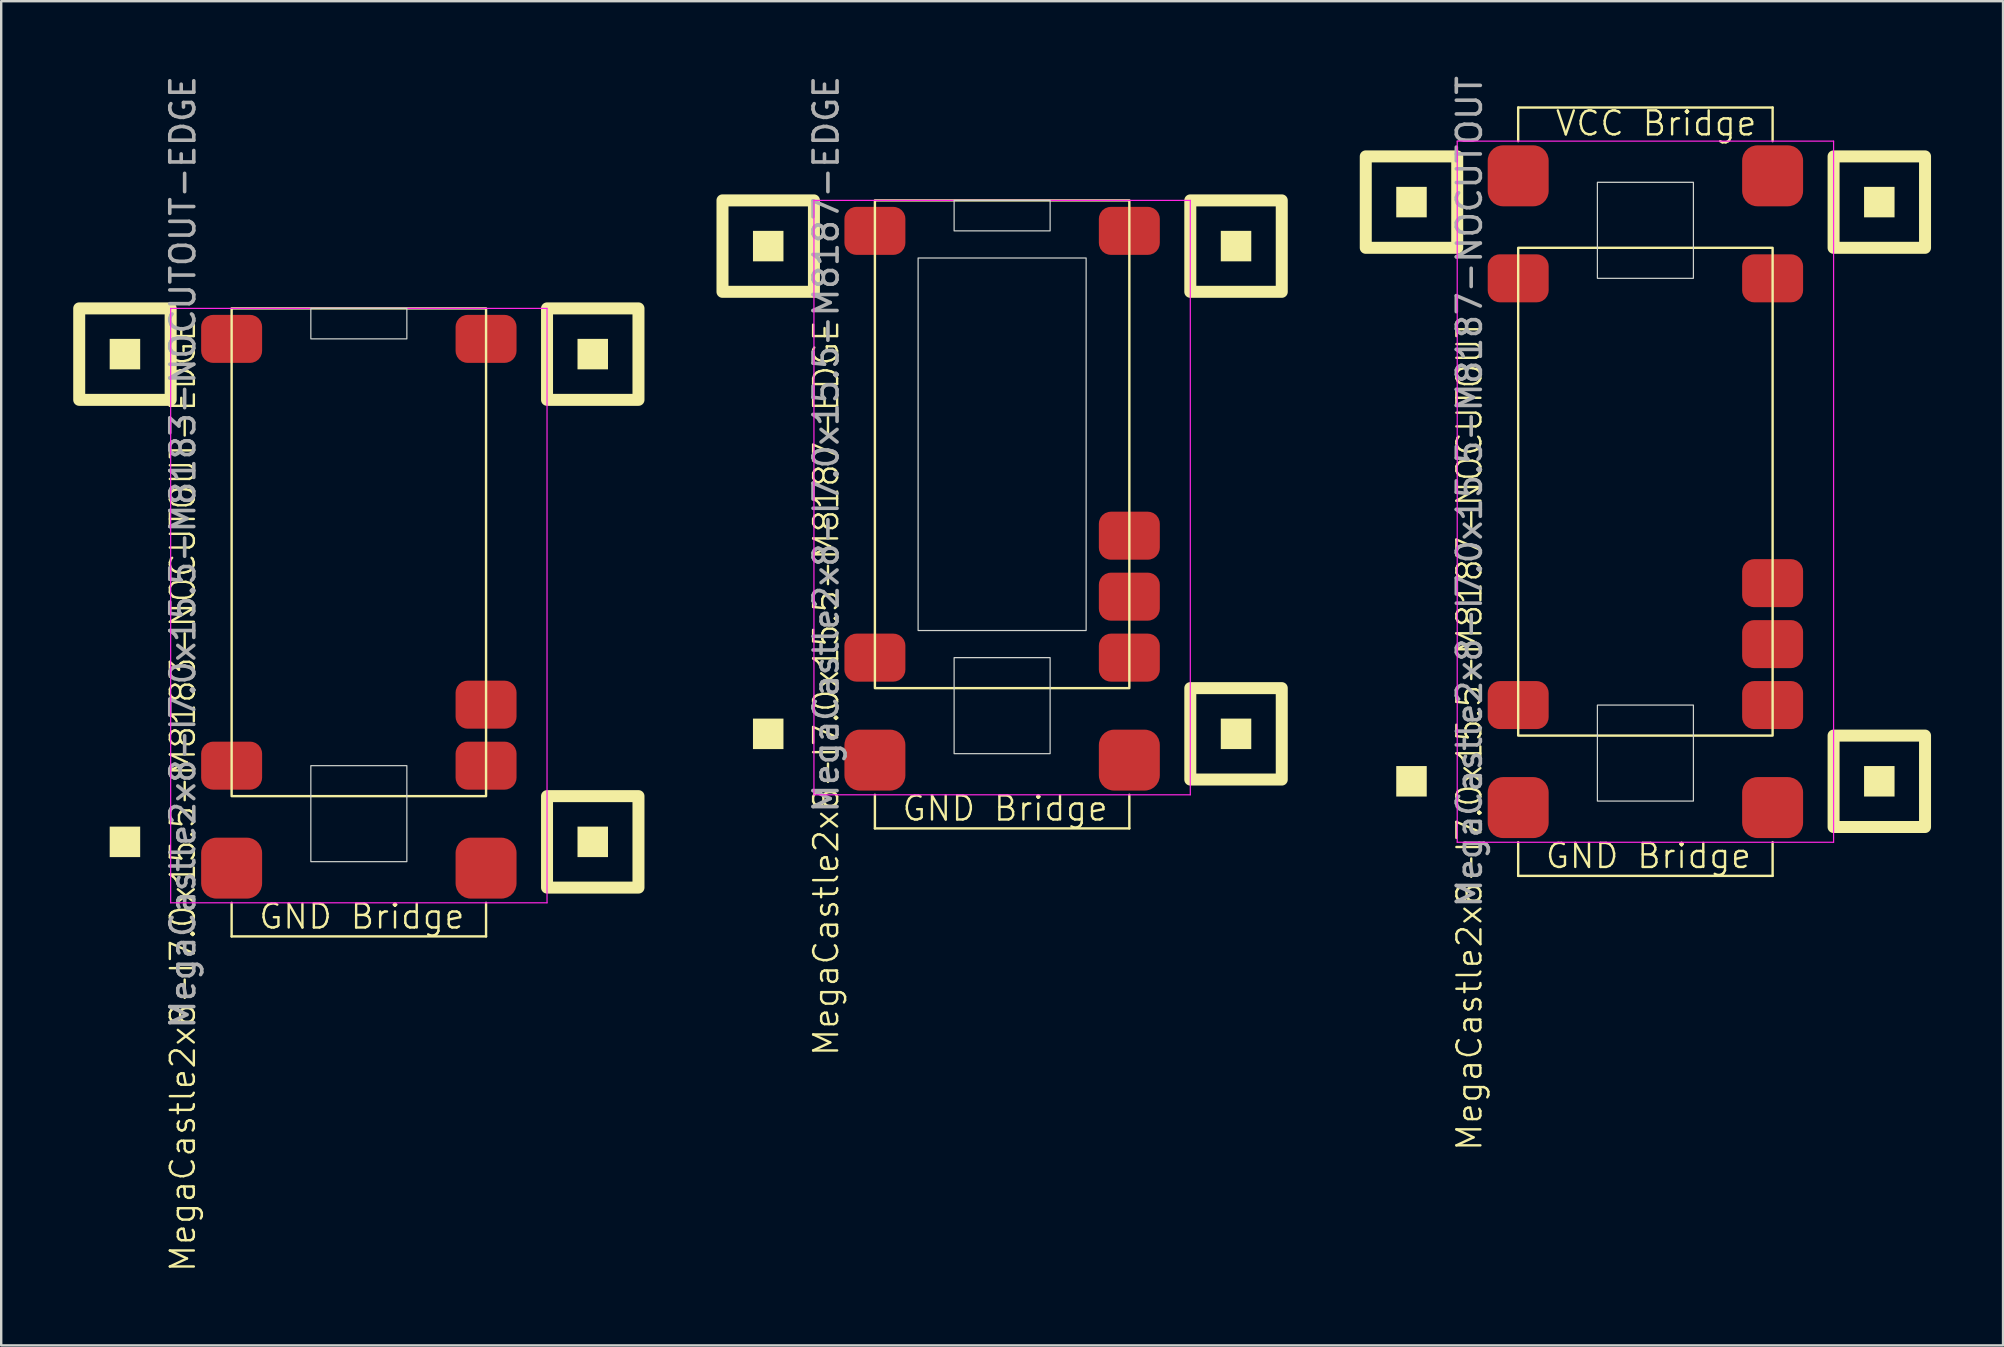
<source format=kicad_pcb>
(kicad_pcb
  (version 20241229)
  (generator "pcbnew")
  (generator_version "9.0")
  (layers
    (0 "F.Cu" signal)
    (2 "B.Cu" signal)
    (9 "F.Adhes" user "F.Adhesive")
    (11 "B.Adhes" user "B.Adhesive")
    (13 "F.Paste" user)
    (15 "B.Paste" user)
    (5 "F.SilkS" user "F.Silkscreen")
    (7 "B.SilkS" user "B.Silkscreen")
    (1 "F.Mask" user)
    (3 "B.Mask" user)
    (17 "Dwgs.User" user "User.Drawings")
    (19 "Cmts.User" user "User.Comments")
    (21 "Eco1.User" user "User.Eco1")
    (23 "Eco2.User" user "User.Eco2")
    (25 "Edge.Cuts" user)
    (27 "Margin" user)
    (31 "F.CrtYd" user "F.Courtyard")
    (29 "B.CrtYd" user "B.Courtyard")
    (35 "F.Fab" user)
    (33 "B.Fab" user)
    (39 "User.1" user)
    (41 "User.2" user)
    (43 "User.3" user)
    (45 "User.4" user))
  (footprint "MegaCastle2x8-I7.0x15.5-M8183-NOCUTOUT-EDGE"
    (layer "F.Cu")
    (at 11.9 19.958)
    (property "Reference" "MegaCastle2x8-I7.0x15.5-M8183-NOCUTOUT-EDGE" (at -7.332 10.16 90) (unlocked yes) (layer "F.SilkS") (effects (font (size 1 1) (thickness 0.1))))
    (attr smd)
    (fp_line (start -5.3 14.605) (end -5.3 16.005) (stroke (width 0.1) (type default)) (layer "F.SilkS"))
    (fp_line (start -5.3 16.005) (end 5.3 16.005) (stroke (width 0.1) (type default)) (layer "F.SilkS"))
    (fp_line (start 5.3 14.605) (end 5.3 16.005) (stroke (width 0.1) (type default)) (layer "F.SilkS"))
    (fp_rect (start -9.11 -7.62) (end -10.38 -8.89) (stroke (width 0) (type solid)) (fill yes) (layer "F.SilkS"))
    (fp_rect (start -9.11 12.7) (end -10.38 11.43) (stroke (width 0) (type solid)) (fill yes) (layer "F.SilkS"))
    (fp_rect (start -7.84 -6.35) (end -11.65 -10.16) (stroke (width 0.5) (type default)) (fill no) (layer "F.SilkS"))
    (fp_rect (start -5.3 -10.16) (end 5.3 10.16) (stroke (width 0.1) (type default)) (fill no) (layer "F.SilkS"))
    (fp_rect (start 10.38 -7.62) (end 9.11 -8.89) (stroke (width 0) (type solid)) (fill yes) (layer "F.SilkS"))
    (fp_rect (start 10.38 12.7) (end 9.11 11.43) (stroke (width 0) (type solid)) (fill yes) (layer "F.SilkS"))
    (fp_rect (start 11.65 -6.35) (end 7.84 -10.16) (stroke (width 0.5) (type default)) (fill no) (layer "F.SilkS"))
    (fp_rect (start 11.65 13.97) (end 7.84 10.16) (stroke (width 0.5) (type default)) (fill no) (layer "F.SilkS"))
    (fp_rect (start -2 -8.89) (end 2 -10.16) (stroke (width 0.05) (type default)) (fill no) (layer "Edge.Cuts"))
    (fp_rect (start -2 8.89) (end 2 12.89) (stroke (width 0.05) (type default)) (fill no) (layer "Edge.Cuts"))
    (fp_line (start -7.84 -10.16) (end -7.84 14.605) (stroke (width 0.05) (type default)) (layer "F.CrtYd"))
    (fp_line (start -7.84 14.605) (end 7.84 14.605) (stroke (width 0.05) (type default)) (layer "F.CrtYd"))
    (fp_line (start 7.84 -10.16) (end -7.84 -10.16) (stroke (width 0.05) (type default)) (layer "F.CrtYd"))
    (fp_line (start 7.84 -10.16) (end 7.84 14.605) (stroke (width 0.05) (type default)) (layer "F.CrtYd"))
    (fp_text user "GND Bridge" (at -4.226 15.76 0) (unlocked yes) (layer "F.SilkS") (effects (font (size 1 1) (thickness 0.1)) (justify left bottom)))
    (fp_text user "${REFERENCE}" (at -7.332 0 90) (unlocked yes) (layer "F.Fab") (effects (font (size 1 1) (thickness 0.15))))
    (pad "1" smd roundrect (at -5.3 -8.89) (size 2.54 2) (layers "F.Cu" "F.Mask" "F.Paste") (roundrect_rratio 0.25))
    (pad "8" smd roundrect (at -5.3 8.89) (size 2.54 2) (layers "F.Cu" "F.Mask" "F.Paste") (roundrect_rratio 0.25))
    (pad "9" smd roundrect (at 5.3 -8.89) (size 2.54 2) (layers "F.Cu" "F.Mask" "F.Paste") (roundrect_rratio 0.25))
    (pad "15" smd roundrect (at 5.3 6.35) (size 2.54 2) (layers "F.Cu" "F.Mask" "F.Paste") (roundrect_rratio 0.25))
    (pad "16" smd roundrect (at 5.3 8.89) (size 2.54 2) (layers "F.Cu" "F.Mask" "F.Paste") (roundrect_rratio 0.25))
    (pad "B1" smd roundrect (at -5.3 13.16) (size 2.54 2.54) (layers "F.Cu" "F.Mask" "F.Paste") (roundrect_rratio 0.25))
    (pad "B2" smd roundrect (at 5.3 13.16) (size 2.54 2.54) (layers "F.Cu" "F.Mask" "F.Paste") (roundrect_rratio 0.25)))
  (footprint "MegaCastle2x8-I7.0x15.5-M8187-EDGE"
    (layer "F.Cu")
    (at 38.7 15.458)
    (property "Reference" "MegaCastle2x8-I7.0x15.5-M8187-EDGE" (at -7.332 10.16 90) (unlocked yes) (layer "F.SilkS") (effects (font (size 1 1) (thickness 0.1))))
    (attr smd)
    (fp_line (start -5.3 14.605) (end -5.3 16.005) (stroke (width 0.1) (type default)) (layer "F.SilkS"))
    (fp_line (start -5.3 16.005) (end 5.3 16.005) (stroke (width 0.1) (type default)) (layer "F.SilkS"))
    (fp_line (start 5.3 14.605) (end 5.3 16.005) (stroke (width 0.1) (type default)) (layer "F.SilkS"))
    (fp_rect (start -9.11 -7.62) (end -10.38 -8.89) (stroke (width 0) (type solid)) (fill yes) (layer "F.SilkS"))
    (fp_rect (start -9.11 12.7) (end -10.38 11.43) (stroke (width 0) (type solid)) (fill yes) (layer "F.SilkS"))
    (fp_rect (start -7.84 -6.35) (end -11.65 -10.16) (stroke (width 0.5) (type default)) (fill no) (layer "F.SilkS"))
    (fp_rect (start -5.3 -10.16) (end 5.3 10.16) (stroke (width 0.1) (type default)) (fill no) (layer "F.SilkS"))
    (fp_rect (start 10.38 -7.62) (end 9.11 -8.89) (stroke (width 0) (type solid)) (fill yes) (layer "F.SilkS"))
    (fp_rect (start 10.38 12.7) (end 9.11 11.43) (stroke (width 0) (type solid)) (fill yes) (layer "F.SilkS"))
    (fp_rect (start 11.65 -6.35) (end 7.84 -10.16) (stroke (width 0.5) (type default)) (fill no) (layer "F.SilkS"))
    (fp_rect (start 11.65 13.97) (end 7.84 10.16) (stroke (width 0.5) (type default)) (fill no) (layer "F.SilkS"))
    (fp_rect (start -3.5 -7.76) (end 3.5 7.76) (stroke (width 0.05) (type default)) (fill no) (layer "Edge.Cuts"))
    (fp_rect (start -2 -8.89) (end 2 -10.16) (stroke (width 0.05) (type default)) (fill no) (layer "Edge.Cuts"))
    (fp_rect (start -2 8.89) (end 2 12.89) (stroke (width 0.05) (type default)) (fill no) (layer "Edge.Cuts"))
    (fp_line (start -7.84 -10.16) (end -7.84 14.605) (stroke (width 0.05) (type default)) (layer "F.CrtYd"))
    (fp_line (start -7.84 14.605) (end 7.84 14.605) (stroke (width 0.05) (type default)) (layer "F.CrtYd"))
    (fp_line (start 7.84 -10.16) (end -7.84 -10.16) (stroke (width 0.05) (type default)) (layer "F.CrtYd"))
    (fp_line (start 7.84 -10.16) (end 7.84 14.605) (stroke (width 0.05) (type default)) (layer "F.CrtYd"))
    (fp_text user "GND Bridge" (at -4.226 15.76 0) (unlocked yes) (layer "F.SilkS") (effects (font (size 1 1) (thickness 0.1)) (justify left bottom)))
    (fp_text user "${REFERENCE}" (at -7.332 0 90) (unlocked yes) (layer "F.Fab") (effects (font (size 1 1) (thickness 0.15))))
    (pad "1" smd roundrect (at -5.3 -8.89) (size 2.54 2) (layers "F.Cu" "F.Mask" "F.Paste") (roundrect_rratio 0.25))
    (pad "8" smd roundrect (at -5.3 8.89) (size 2.54 2) (layers "F.Cu" "F.Mask" "F.Paste") (roundrect_rratio 0.25))
    (pad "9" smd roundrect (at 5.3 -8.89) (size 2.54 2) (layers "F.Cu" "F.Mask" "F.Paste") (roundrect_rratio 0.25))
    (pad "14" smd roundrect (at 5.3 3.81) (size 2.54 2) (layers "F.Cu" "F.Mask" "F.Paste") (roundrect_rratio 0.25))
    (pad "15" smd roundrect (at 5.3 6.35) (size 2.54 2) (layers "F.Cu" "F.Mask" "F.Paste") (roundrect_rratio 0.25))
    (pad "16" smd roundrect (at 5.3 8.89) (size 2.54 2) (layers "F.Cu" "F.Mask" "F.Paste") (roundrect_rratio 0.25))
    (pad "B1" smd roundrect (at -5.3 13.16) (size 2.54 2.54) (layers "F.Cu" "F.Mask" "F.Paste") (roundrect_rratio 0.25))
    (pad "B2" smd roundrect (at 5.3 13.16) (size 2.54 2.54) (layers "F.Cu" "F.Mask" "F.Paste") (roundrect_rratio 0.25)))
  (footprint "MegaCastle2x8-I7.0x15.5-M8187-NOCUTOUT"
    (layer "F.Cu")
    (at 65.5 17.435)
    (property "Reference" "MegaCastle2x8-I7.0x15.5-M8187-NOCUTOUT" (at -7.332 10.16 90) (unlocked yes) (layer "F.SilkS") (effects (font (size 1 1) (thickness 0.1))))
    (attr smd)
    (fp_line (start -5.3 -16.005) (end 5.3 -16.005) (stroke (width 0.1) (type default)) (layer "F.SilkS"))
    (fp_line (start -5.3 -14.605) (end -5.3 -16.005) (stroke (width 0.1) (type default)) (layer "F.SilkS"))
    (fp_line (start -5.3 14.605) (end -5.3 16.005) (stroke (width 0.1) (type default)) (layer "F.SilkS"))
    (fp_line (start -5.3 16.005) (end 5.3 16.005) (stroke (width 0.1) (type default)) (layer "F.SilkS"))
    (fp_line (start 5.3 -14.605) (end 5.3 -16.005) (stroke (width 0.1) (type default)) (layer "F.SilkS"))
    (fp_line (start 5.3 14.605) (end 5.3 16.005) (stroke (width 0.1) (type default)) (layer "F.SilkS"))
    (fp_rect (start -9.11 -11.43) (end -10.38 -12.7) (stroke (width 0) (type solid)) (fill yes) (layer "F.SilkS"))
    (fp_rect (start -9.11 12.7) (end -10.38 11.43) (stroke (width 0) (type solid)) (fill yes) (layer "F.SilkS"))
    (fp_rect (start -7.84 -10.16) (end -11.65 -13.97) (stroke (width 0.5) (type default)) (fill no) (layer "F.SilkS"))
    (fp_rect (start -5.3 -10.16) (end 5.3 10.16) (stroke (width 0.1) (type default)) (fill no) (layer "F.SilkS"))
    (fp_rect (start 10.38 -11.43) (end 9.11 -12.7) (stroke (width 0) (type solid)) (fill yes) (layer "F.SilkS"))
    (fp_rect (start 10.38 12.7) (end 9.11 11.43) (stroke (width 0) (type solid)) (fill yes) (layer "F.SilkS"))
    (fp_rect (start 11.65 -10.16) (end 7.84 -13.97) (stroke (width 0.5) (type default)) (fill no) (layer "F.SilkS"))
    (fp_rect (start 11.65 13.97) (end 7.84 10.16) (stroke (width 0.5) (type default)) (fill no) (layer "F.SilkS"))
    (fp_rect (start -2 -8.89) (end 2 -12.89) (stroke (width 0.05) (type default)) (fill no) (layer "Edge.Cuts"))
    (fp_rect (start -2 8.89) (end 2 12.89) (stroke (width 0.05) (type default)) (fill no) (layer "Edge.Cuts"))
    (fp_line (start -7.84 -14.605) (end -7.84 14.605) (stroke (width 0.05) (type default)) (layer "F.CrtYd"))
    (fp_line (start -7.84 14.605) (end 7.84 14.605) (stroke (width 0.05) (type default)) (layer "F.CrtYd"))
    (fp_line (start 7.84 -14.605) (end -7.84 -14.605) (stroke (width 0.05) (type default)) (layer "F.CrtYd"))
    (fp_line (start 7.84 -14.605) (end 7.84 14.605) (stroke (width 0.05) (type default)) (layer "F.CrtYd"))
    (fp_text user "GND Bridge" (at -4.226 15.76 0) (unlocked yes) (layer "F.SilkS") (effects (font (size 1 1) (thickness 0.1)) (justify left bottom)))
    (fp_text user "VCC Bridge" (at -3.81 -14.76 0) (unlocked yes) (layer "F.SilkS") (effects (font (size 1 1) (thickness 0.1)) (justify left bottom)))
    (fp_text user "${REFERENCE}" (at -7.332 0 90) (unlocked yes) (layer "F.Fab") (effects (font (size 1 1) (thickness 0.15))))
    (pad "1" smd roundrect (at -5.3 -8.89) (size 2.54 2) (layers "F.Cu" "F.Mask" "F.Paste") (roundrect_rratio 0.25))
    (pad "8" smd roundrect (at -5.3 8.89) (size 2.54 2) (layers "F.Cu" "F.Mask" "F.Paste") (roundrect_rratio 0.25))
    (pad "9" smd roundrect (at 5.3 -8.89) (size 2.54 2) (layers "F.Cu" "F.Mask" "F.Paste") (roundrect_rratio 0.25))
    (pad "14" smd roundrect (at 5.3 3.81) (size 2.54 2) (layers "F.Cu" "F.Mask" "F.Paste") (roundrect_rratio 0.25))
    (pad "15" smd roundrect (at 5.3 6.35) (size 2.54 2) (layers "F.Cu" "F.Mask" "F.Paste") (roundrect_rratio 0.25))
    (pad "16" smd roundrect (at 5.3 8.89) (size 2.54 2) (layers "F.Cu" "F.Mask" "F.Paste") (roundrect_rratio 0.25))
    (pad "A1" smd roundrect (at -5.3 -13.16) (size 2.54 2.54) (layers "F.Cu" "F.Mask" "F.Paste") (roundrect_rratio 0.25))
    (pad "A2" smd roundrect (at 5.3 -13.16) (size 2.54 2.54) (layers "F.Cu" "F.Mask" "F.Paste") (roundrect_rratio 0.25))
    (pad "B1" smd roundrect (at -5.3 13.16) (size 2.54 2.54) (layers "F.Cu" "F.Mask" "F.Paste") (roundrect_rratio 0.25))
    (pad "B2" smd roundrect (at 5.3 13.16) (size 2.54 2.54) (layers "F.Cu" "F.Mask" "F.Paste") (roundrect_rratio 0.25)))
  (gr_rect
    (start -3 -3)
    (end 80.4 53.002)
    (stroke (width 0.1) (type default))
    (fill no)
    (layer "Edge.Cuts")))
</source>
